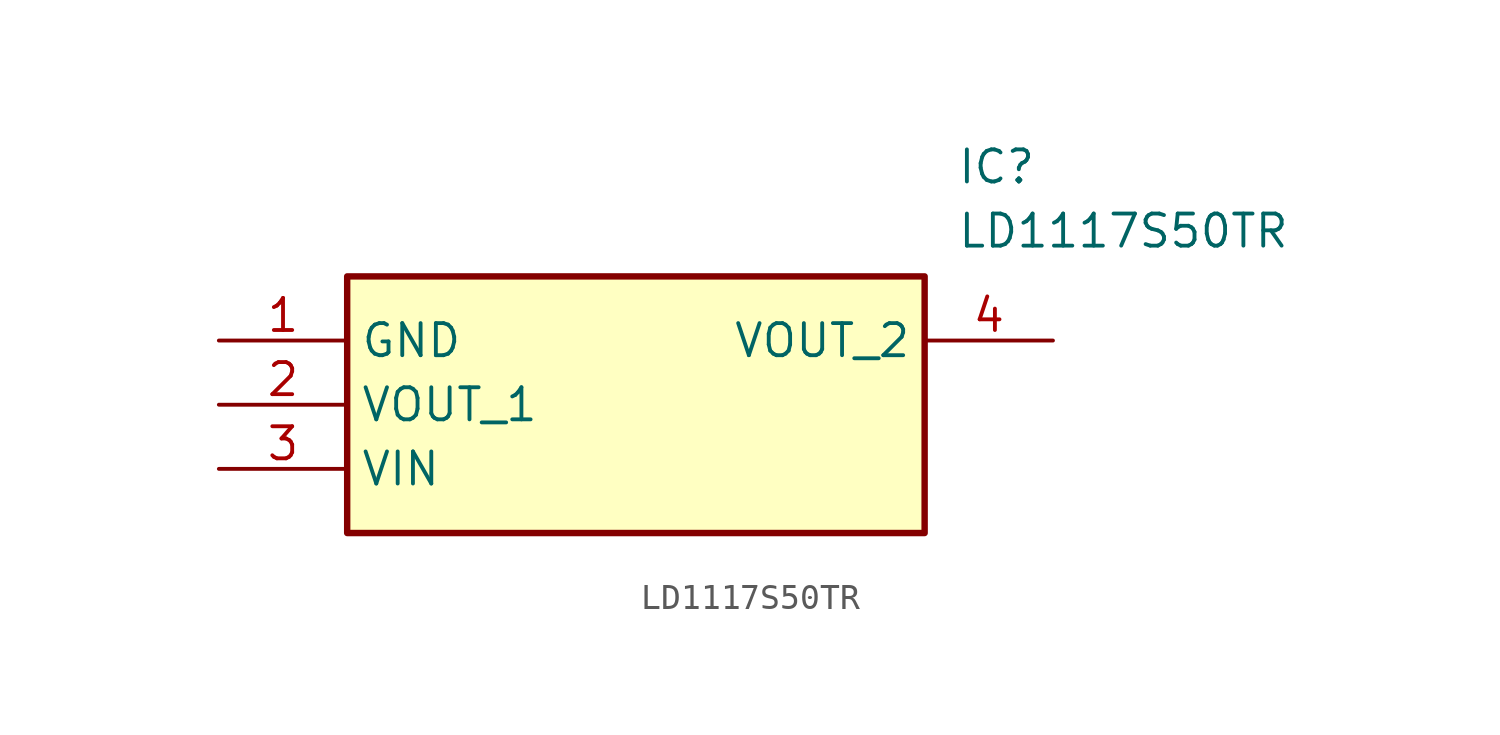
<source format=kicad_sym>
(kicad_symbol_lib
  (version 20241209)
  (generator "kicad_symbol_editor")
  (generator_version "9.0")
  (symbol "LD1117S50TR"
    (property "Reference" "IC"
      (at 29.21 7.62 0)
      (effects (font (size 1.27 1.27)) (justify left top)))
    (property "Value" "LD1117S50TR"
      (at 29.21 5.08 0)
      (effects (font (size 1.27 1.27)) (justify left top)))
    (symbol "LD1117S50TR_1_1"
      (rectangle (start 5.08 2.54) (end 27.94 -7.62) (stroke (width 0.254) (type default)) (fill (type background)))
      (pin passive line (at 0 0 0) (length 5.08) (name "GND" (effects (font (size 1.27 1.27)))) (number "1" (effects (font (size 1.27 1.27)))))
      (pin passive line (at 0 -2.54 0) (length 5.08) (name "VOUT_1" (effects (font (size 1.27 1.27)))) (number "2" (effects (font (size 1.27 1.27)))))
      (pin passive line (at 0 -5.08 0) (length 5.08) (name "VIN" (effects (font (size 1.27 1.27)))) (number "3" (effects (font (size 1.27 1.27)))))
      (pin passive line (at 33.02 0 180) (length 5.08) (name "VOUT_2" (effects (font (size 1.27 1.27)))) (number "4" (effects (font (size 1.27 1.27))))))))
</source>
